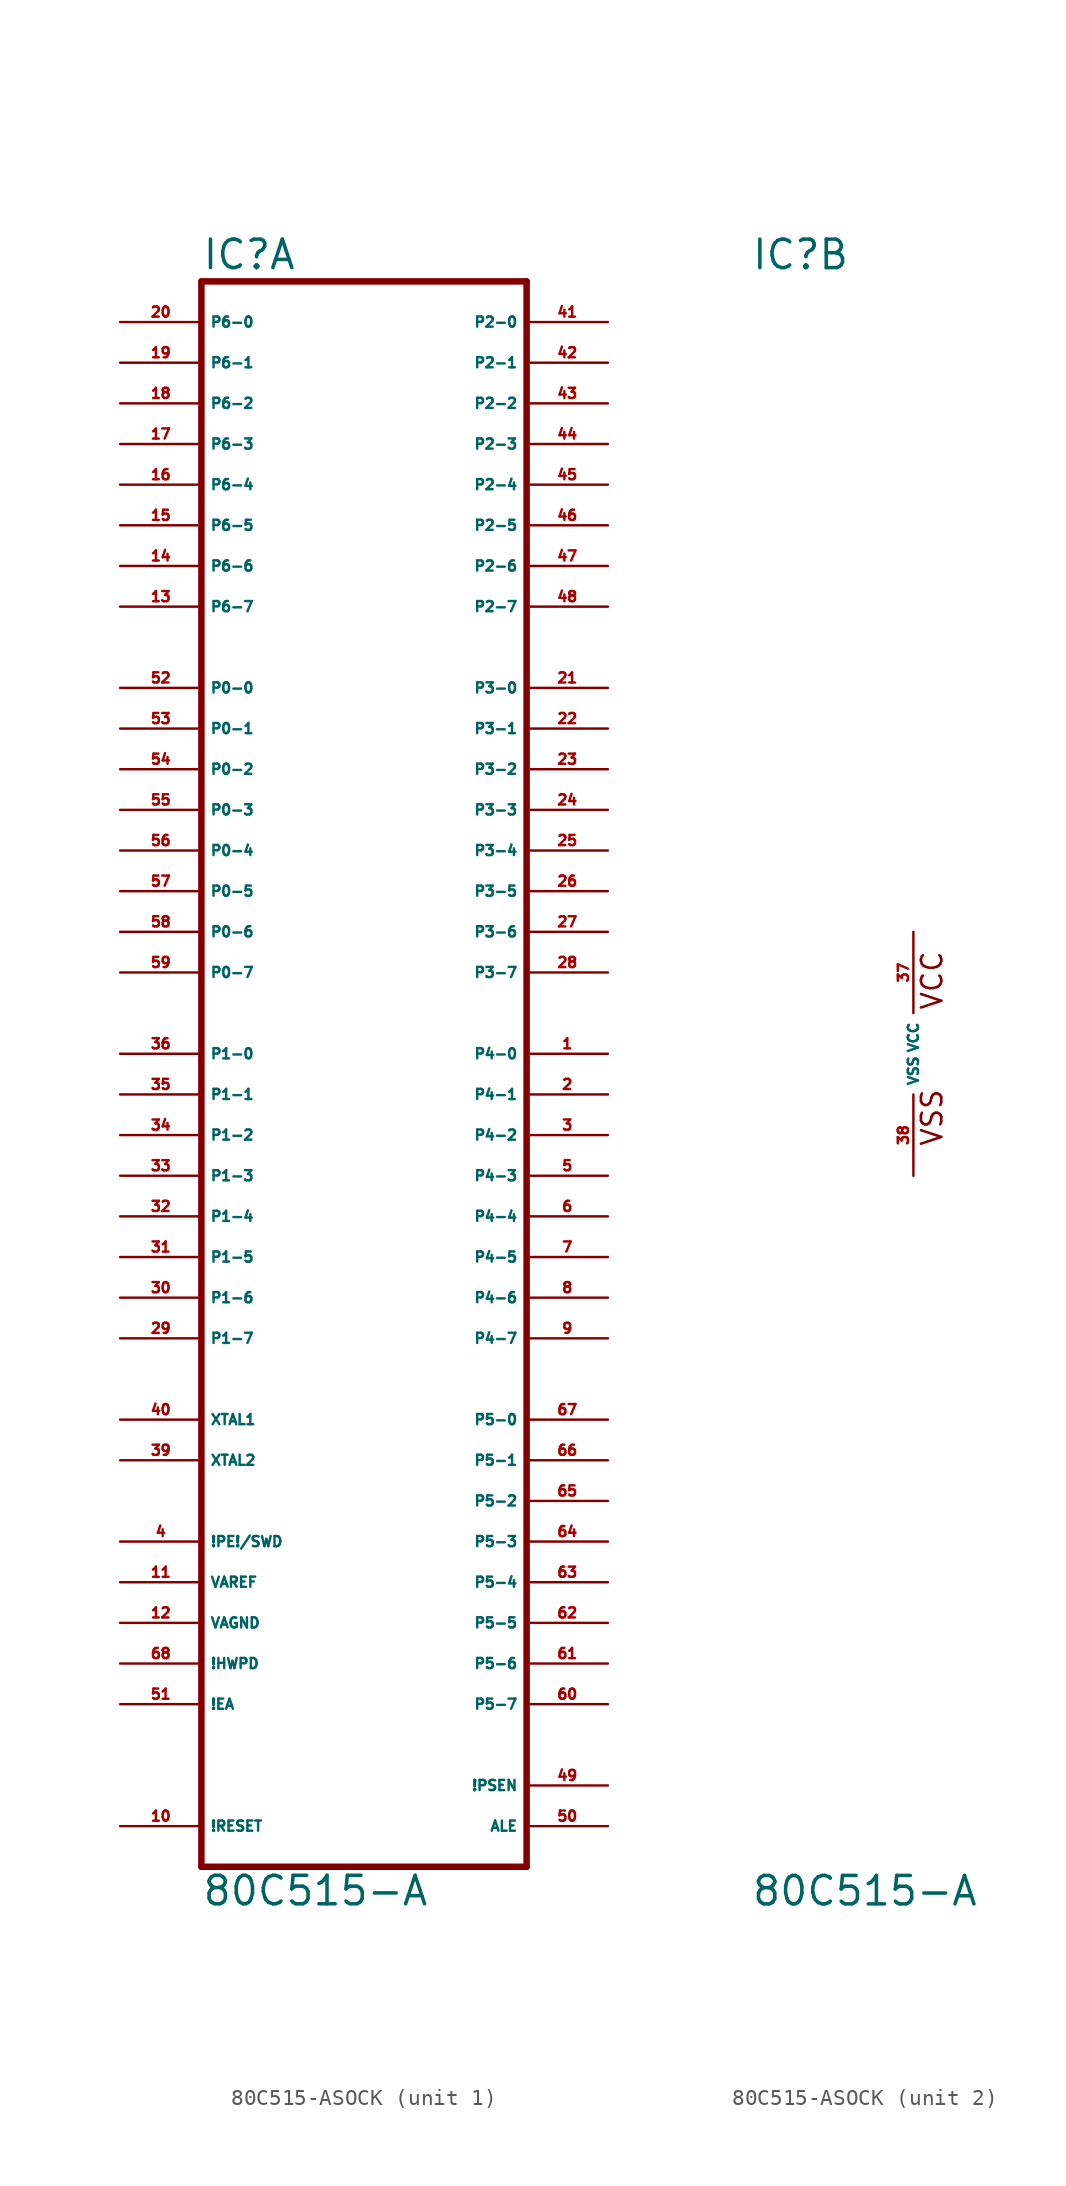
<source format=kicad_sym>
(kicad_symbol_lib
  (version 20220914)
  (generator Eagle2Kicad)
  (symbol "80C515-ASOCK"
    (property "Reference" "IC"
      (at -10.16 48.895 0)
      (effects (font (size 1.778 1.778) (thickness 0.22)) (justify left bottom)))
    (property "Value" "80C515-A"
      (at -10.16 -53.34 0)
      (effects (font (size 1.778 1.778) (thickness 0.22)) (justify left bottom)))
    (symbol "80C515-ASOCK_1_0"
      (polyline (pts (xy -10.16 -50.8) (xy 10.16 -50.8)) (stroke (width 0.406) (type default)) (fill (type none)))
      (polyline (pts (xy 10.16 -50.8) (xy 10.16 48.26)) (stroke (width 0.406) (type default)) (fill (type none)))
      (polyline (pts (xy 10.16 48.26) (xy -10.16 48.26)) (stroke (width 0.406) (type default)) (fill (type none)))
      (polyline (pts (xy -10.16 48.26) (xy -10.16 -50.8)) (stroke (width 0.406) (type default)) (fill (type none)))
      (pin input line (at -15.24 45.72 0) (length 5.08) (name "P6-0" (effects (font (size 0.635 0.635) (thickness 0.08)) (justify left bottom))) (number "20" (effects (font (size 0.635 0.635) (thickness 0.08)) (justify left bottom))))
      (pin input line (at -15.24 43.18 0) (length 5.08) (name "P6-1" (effects (font (size 0.635 0.635) (thickness 0.08)) (justify left bottom))) (number "19" (effects (font (size 0.635 0.635) (thickness 0.08)) (justify left bottom))))
      (pin input line (at -15.24 40.64 0) (length 5.08) (name "P6-2" (effects (font (size 0.635 0.635) (thickness 0.08)) (justify left bottom))) (number "18" (effects (font (size 0.635 0.635) (thickness 0.08)) (justify left bottom))))
      (pin input line (at -15.24 38.1 0) (length 5.08) (name "P6-3" (effects (font (size 0.635 0.635) (thickness 0.08)) (justify left bottom))) (number "17" (effects (font (size 0.635 0.635) (thickness 0.08)) (justify left bottom))))
      (pin input line (at -15.24 35.56 0) (length 5.08) (name "P6-4" (effects (font (size 0.635 0.635) (thickness 0.08)) (justify left bottom))) (number "16" (effects (font (size 0.635 0.635) (thickness 0.08)) (justify left bottom))))
      (pin input line (at -15.24 33.02 0) (length 5.08) (name "P6-5" (effects (font (size 0.635 0.635) (thickness 0.08)) (justify left bottom))) (number "15" (effects (font (size 0.635 0.635) (thickness 0.08)) (justify left bottom))))
      (pin input line (at -15.24 30.48 0) (length 5.08) (name "P6-6" (effects (font (size 0.635 0.635) (thickness 0.08)) (justify left bottom))) (number "14" (effects (font (size 0.635 0.635) (thickness 0.08)) (justify left bottom))))
      (pin input line (at -15.24 27.94 0) (length 5.08) (name "P6-7" (effects (font (size 0.635 0.635) (thickness 0.08)) (justify left bottom))) (number "13" (effects (font (size 0.635 0.635) (thickness 0.08)) (justify left bottom))))
      (pin bidirectional line (at -15.24 22.86 0) (length 5.08) (name "P0-0" (effects (font (size 0.635 0.635) (thickness 0.08)) (justify left bottom))) (number "52" (effects (font (size 0.635 0.635) (thickness 0.08)) (justify left bottom))))
      (pin bidirectional line (at -15.24 20.32 0) (length 5.08) (name "P0-1" (effects (font (size 0.635 0.635) (thickness 0.08)) (justify left bottom))) (number "53" (effects (font (size 0.635 0.635) (thickness 0.08)) (justify left bottom))))
      (pin bidirectional line (at -15.24 17.78 0) (length 5.08) (name "P0-2" (effects (font (size 0.635 0.635) (thickness 0.08)) (justify left bottom))) (number "54" (effects (font (size 0.635 0.635) (thickness 0.08)) (justify left bottom))))
      (pin bidirectional line (at -15.24 15.24 0) (length 5.08) (name "P0-3" (effects (font (size 0.635 0.635) (thickness 0.08)) (justify left bottom))) (number "55" (effects (font (size 0.635 0.635) (thickness 0.08)) (justify left bottom))))
      (pin bidirectional line (at -15.24 12.7 0) (length 5.08) (name "P0-4" (effects (font (size 0.635 0.635) (thickness 0.08)) (justify left bottom))) (number "56" (effects (font (size 0.635 0.635) (thickness 0.08)) (justify left bottom))))
      (pin bidirectional line (at -15.24 10.16 0) (length 5.08) (name "P0-5" (effects (font (size 0.635 0.635) (thickness 0.08)) (justify left bottom))) (number "57" (effects (font (size 0.635 0.635) (thickness 0.08)) (justify left bottom))))
      (pin bidirectional line (at -15.24 7.62 0) (length 5.08) (name "P0-6" (effects (font (size 0.635 0.635) (thickness 0.08)) (justify left bottom))) (number "58" (effects (font (size 0.635 0.635) (thickness 0.08)) (justify left bottom))))
      (pin bidirectional line (at -15.24 5.08 0) (length 5.08) (name "P0-7" (effects (font (size 0.635 0.635) (thickness 0.08)) (justify left bottom))) (number "59" (effects (font (size 0.635 0.635) (thickness 0.08)) (justify left bottom))))
      (pin bidirectional line (at -15.24 0 0) (length 5.08) (name "P1-0" (effects (font (size 0.635 0.635) (thickness 0.08)) (justify left bottom))) (number "36" (effects (font (size 0.635 0.635) (thickness 0.08)) (justify left bottom))))
      (pin bidirectional line (at -15.24 -2.54 0) (length 5.08) (name "P1-1" (effects (font (size 0.635 0.635) (thickness 0.08)) (justify left bottom))) (number "35" (effects (font (size 0.635 0.635) (thickness 0.08)) (justify left bottom))))
      (pin bidirectional line (at -15.24 -5.08 0) (length 5.08) (name "P1-2" (effects (font (size 0.635 0.635) (thickness 0.08)) (justify left bottom))) (number "34" (effects (font (size 0.635 0.635) (thickness 0.08)) (justify left bottom))))
      (pin bidirectional line (at -15.24 -7.62 0) (length 5.08) (name "P1-3" (effects (font (size 0.635 0.635) (thickness 0.08)) (justify left bottom))) (number "33" (effects (font (size 0.635 0.635) (thickness 0.08)) (justify left bottom))))
      (pin bidirectional line (at -15.24 -10.16 0) (length 5.08) (name "P1-4" (effects (font (size 0.635 0.635) (thickness 0.08)) (justify left bottom))) (number "32" (effects (font (size 0.635 0.635) (thickness 0.08)) (justify left bottom))))
      (pin bidirectional line (at -15.24 -12.7 0) (length 5.08) (name "P1-5" (effects (font (size 0.635 0.635) (thickness 0.08)) (justify left bottom))) (number "31" (effects (font (size 0.635 0.635) (thickness 0.08)) (justify left bottom))))
      (pin bidirectional line (at -15.24 -15.24 0) (length 5.08) (name "P1-6" (effects (font (size 0.635 0.635) (thickness 0.08)) (justify left bottom))) (number "30" (effects (font (size 0.635 0.635) (thickness 0.08)) (justify left bottom))))
      (pin bidirectional line (at -15.24 -17.78 0) (length 5.08) (name "P1-7" (effects (font (size 0.635 0.635) (thickness 0.08)) (justify left bottom))) (number "29" (effects (font (size 0.635 0.635) (thickness 0.08)) (justify left bottom))))
      (pin bidirectional line (at 15.24 45.72 180) (length 5.08) (name "P2-0" (effects (font (size 0.635 0.635) (thickness 0.08)) (justify left bottom))) (number "41" (effects (font (size 0.635 0.635) (thickness 0.08)) (justify left bottom))))
      (pin bidirectional line (at 15.24 43.18 180) (length 5.08) (name "P2-1" (effects (font (size 0.635 0.635) (thickness 0.08)) (justify left bottom))) (number "42" (effects (font (size 0.635 0.635) (thickness 0.08)) (justify left bottom))))
      (pin bidirectional line (at 15.24 40.64 180) (length 5.08) (name "P2-2" (effects (font (size 0.635 0.635) (thickness 0.08)) (justify left bottom))) (number "43" (effects (font (size 0.635 0.635) (thickness 0.08)) (justify left bottom))))
      (pin bidirectional line (at 15.24 38.1 180) (length 5.08) (name "P2-3" (effects (font (size 0.635 0.635) (thickness 0.08)) (justify left bottom))) (number "44" (effects (font (size 0.635 0.635) (thickness 0.08)) (justify left bottom))))
      (pin bidirectional line (at 15.24 35.56 180) (length 5.08) (name "P2-4" (effects (font (size 0.635 0.635) (thickness 0.08)) (justify left bottom))) (number "45" (effects (font (size 0.635 0.635) (thickness 0.08)) (justify left bottom))))
      (pin bidirectional line (at 15.24 33.02 180) (length 5.08) (name "P2-5" (effects (font (size 0.635 0.635) (thickness 0.08)) (justify left bottom))) (number "46" (effects (font (size 0.635 0.635) (thickness 0.08)) (justify left bottom))))
      (pin bidirectional line (at 15.24 30.48 180) (length 5.08) (name "P2-6" (effects (font (size 0.635 0.635) (thickness 0.08)) (justify left bottom))) (number "47" (effects (font (size 0.635 0.635) (thickness 0.08)) (justify left bottom))))
      (pin bidirectional line (at 15.24 27.94 180) (length 5.08) (name "P2-7" (effects (font (size 0.635 0.635) (thickness 0.08)) (justify left bottom))) (number "48" (effects (font (size 0.635 0.635) (thickness 0.08)) (justify left bottom))))
      (pin bidirectional line (at 15.24 22.86 180) (length 5.08) (name "P3-0" (effects (font (size 0.635 0.635) (thickness 0.08)) (justify left bottom))) (number "21" (effects (font (size 0.635 0.635) (thickness 0.08)) (justify left bottom))))
      (pin bidirectional line (at 15.24 20.32 180) (length 5.08) (name "P3-1" (effects (font (size 0.635 0.635) (thickness 0.08)) (justify left bottom))) (number "22" (effects (font (size 0.635 0.635) (thickness 0.08)) (justify left bottom))))
      (pin bidirectional line (at 15.24 17.78 180) (length 5.08) (name "P3-2" (effects (font (size 0.635 0.635) (thickness 0.08)) (justify left bottom))) (number "23" (effects (font (size 0.635 0.635) (thickness 0.08)) (justify left bottom))))
      (pin bidirectional line (at 15.24 15.24 180) (length 5.08) (name "P3-3" (effects (font (size 0.635 0.635) (thickness 0.08)) (justify left bottom))) (number "24" (effects (font (size 0.635 0.635) (thickness 0.08)) (justify left bottom))))
      (pin bidirectional line (at 15.24 12.7 180) (length 5.08) (name "P3-4" (effects (font (size 0.635 0.635) (thickness 0.08)) (justify left bottom))) (number "25" (effects (font (size 0.635 0.635) (thickness 0.08)) (justify left bottom))))
      (pin bidirectional line (at 15.24 10.16 180) (length 5.08) (name "P3-5" (effects (font (size 0.635 0.635) (thickness 0.08)) (justify left bottom))) (number "26" (effects (font (size 0.635 0.635) (thickness 0.08)) (justify left bottom))))
      (pin bidirectional line (at 15.24 7.62 180) (length 5.08) (name "P3-6" (effects (font (size 0.635 0.635) (thickness 0.08)) (justify left bottom))) (number "27" (effects (font (size 0.635 0.635) (thickness 0.08)) (justify left bottom))))
      (pin bidirectional line (at 15.24 5.08 180) (length 5.08) (name "P3-7" (effects (font (size 0.635 0.635) (thickness 0.08)) (justify left bottom))) (number "28" (effects (font (size 0.635 0.635) (thickness 0.08)) (justify left bottom))))
      (pin bidirectional line (at 15.24 0 180) (length 5.08) (name "P4-0" (effects (font (size 0.635 0.635) (thickness 0.08)) (justify left bottom))) (number "1" (effects (font (size 0.635 0.635) (thickness 0.08)) (justify left bottom))))
      (pin bidirectional line (at 15.24 -2.54 180) (length 5.08) (name "P4-1" (effects (font (size 0.635 0.635) (thickness 0.08)) (justify left bottom))) (number "2" (effects (font (size 0.635 0.635) (thickness 0.08)) (justify left bottom))))
      (pin bidirectional line (at 15.24 -5.08 180) (length 5.08) (name "P4-2" (effects (font (size 0.635 0.635) (thickness 0.08)) (justify left bottom))) (number "3" (effects (font (size 0.635 0.635) (thickness 0.08)) (justify left bottom))))
      (pin bidirectional line (at 15.24 -7.62 180) (length 5.08) (name "P4-3" (effects (font (size 0.635 0.635) (thickness 0.08)) (justify left bottom))) (number "5" (effects (font (size 0.635 0.635) (thickness 0.08)) (justify left bottom))))
      (pin bidirectional line (at 15.24 -10.16 180) (length 5.08) (name "P4-4" (effects (font (size 0.635 0.635) (thickness 0.08)) (justify left bottom))) (number "6" (effects (font (size 0.635 0.635) (thickness 0.08)) (justify left bottom))))
      (pin bidirectional line (at 15.24 -12.7 180) (length 5.08) (name "P4-5" (effects (font (size 0.635 0.635) (thickness 0.08)) (justify left bottom))) (number "7" (effects (font (size 0.635 0.635) (thickness 0.08)) (justify left bottom))))
      (pin bidirectional line (at 15.24 -15.24 180) (length 5.08) (name "P4-6" (effects (font (size 0.635 0.635) (thickness 0.08)) (justify left bottom))) (number "8" (effects (font (size 0.635 0.635) (thickness 0.08)) (justify left bottom))))
      (pin bidirectional line (at 15.24 -17.78 180) (length 5.08) (name "P4-7" (effects (font (size 0.635 0.635) (thickness 0.08)) (justify left bottom))) (number "9" (effects (font (size 0.635 0.635) (thickness 0.08)) (justify left bottom))))
      (pin bidirectional line (at 15.24 -22.86 180) (length 5.08) (name "P5-0" (effects (font (size 0.635 0.635) (thickness 0.08)) (justify left bottom))) (number "67" (effects (font (size 0.635 0.635) (thickness 0.08)) (justify left bottom))))
      (pin bidirectional line (at 15.24 -25.4 180) (length 5.08) (name "P5-1" (effects (font (size 0.635 0.635) (thickness 0.08)) (justify left bottom))) (number "66" (effects (font (size 0.635 0.635) (thickness 0.08)) (justify left bottom))))
      (pin bidirectional line (at 15.24 -27.94 180) (length 5.08) (name "P5-2" (effects (font (size 0.635 0.635) (thickness 0.08)) (justify left bottom))) (number "65" (effects (font (size 0.635 0.635) (thickness 0.08)) (justify left bottom))))
      (pin bidirectional line (at 15.24 -30.48 180) (length 5.08) (name "P5-3" (effects (font (size 0.635 0.635) (thickness 0.08)) (justify left bottom))) (number "64" (effects (font (size 0.635 0.635) (thickness 0.08)) (justify left bottom))))
      (pin bidirectional line (at 15.24 -33.02 180) (length 5.08) (name "P5-4" (effects (font (size 0.635 0.635) (thickness 0.08)) (justify left bottom))) (number "63" (effects (font (size 0.635 0.635) (thickness 0.08)) (justify left bottom))))
      (pin bidirectional line (at 15.24 -35.56 180) (length 5.08) (name "P5-5" (effects (font (size 0.635 0.635) (thickness 0.08)) (justify left bottom))) (number "62" (effects (font (size 0.635 0.635) (thickness 0.08)) (justify left bottom))))
      (pin bidirectional line (at 15.24 -38.1 180) (length 5.08) (name "P5-6" (effects (font (size 0.635 0.635) (thickness 0.08)) (justify left bottom))) (number "61" (effects (font (size 0.635 0.635) (thickness 0.08)) (justify left bottom))))
      (pin bidirectional line (at 15.24 -40.64 180) (length 5.08) (name "P5-7" (effects (font (size 0.635 0.635) (thickness 0.08)) (justify left bottom))) (number "60" (effects (font (size 0.635 0.635) (thickness 0.08)) (justify left bottom))))
      (pin input line (at -15.24 -30.48 0) (length 5.08) (name "!PE!/SWD" (effects (font (size 0.635 0.635) (thickness 0.08)) (justify left bottom))) (number "4" (effects (font (size 0.635 0.635) (thickness 0.08)) (justify left bottom))))
      (pin input line (at -15.24 -48.26 0) (length 5.08) (name "!RESET" (effects (font (size 0.635 0.635) (thickness 0.08)) (justify left bottom))) (number "10" (effects (font (size 0.635 0.635) (thickness 0.08)) (justify left bottom))))
      (pin input line (at -15.24 -35.56 0) (length 5.08) (name "VAGND" (effects (font (size 0.635 0.635) (thickness 0.08)) (justify left bottom))) (number "12" (effects (font (size 0.635 0.635) (thickness 0.08)) (justify left bottom))))
      (pin input line (at -15.24 -33.02 0) (length 5.08) (name "VAREF" (effects (font (size 0.635 0.635) (thickness 0.08)) (justify left bottom))) (number "11" (effects (font (size 0.635 0.635) (thickness 0.08)) (justify left bottom))))
      (pin passive line (at -15.24 -22.86 0) (length 5.08) (name "XTAL1" (effects (font (size 0.635 0.635) (thickness 0.08)) (justify left bottom))) (number "40" (effects (font (size 0.635 0.635) (thickness 0.08)) (justify left bottom))))
      (pin passive line (at -15.24 -25.4 0) (length 5.08) (name "XTAL2" (effects (font (size 0.635 0.635) (thickness 0.08)) (justify left bottom))) (number "39" (effects (font (size 0.635 0.635) (thickness 0.08)) (justify left bottom))))
      (pin passive line (at -15.24 -38.1 0) (length 5.08) (name "!HWPD" (effects (font (size 0.635 0.635) (thickness 0.08)) (justify left bottom))) (number "68" (effects (font (size 0.635 0.635) (thickness 0.08)) (justify left bottom))))
      (pin input line (at -15.24 -40.64 0) (length 5.08) (name "!EA" (effects (font (size 0.635 0.635) (thickness 0.08)) (justify left bottom))) (number "51" (effects (font (size 0.635 0.635) (thickness 0.08)) (justify left bottom))))
      (pin output line (at 15.24 -45.72 180) (length 5.08) (name "!PSEN" (effects (font (size 0.635 0.635) (thickness 0.08)) (justify left bottom))) (number "49" (effects (font (size 0.635 0.635) (thickness 0.08)) (justify left bottom))))
      (pin output line (at 15.24 -48.26 180) (length 5.08) (name "ALE" (effects (font (size 0.635 0.635) (thickness 0.08)) (justify left bottom))) (number "50" (effects (font (size 0.635 0.635) (thickness 0.08)) (justify left bottom)))))
    (symbol "80C515-ASOCK_2_0"
      (text "VSS" (at 1.905 -5.842 900) (effects (font (size 1.27 1.27) (thickness 0.16)) (justify left bottom)))
      (text "VCC" (at 1.905 2.667 900) (effects (font (size 1.27 1.27) (thickness 0.16)) (justify left bottom)))
      (pin unspecified line (at 0 7.62 270) (length 5.08) (name "VCC" (effects (font (size 0.635 0.635) (thickness 0.08)) (justify left bottom))) (number "37" (effects (font (size 0.635 0.635) (thickness 0.08)) (justify left bottom))))
      (pin unspecified line (at 0 -7.62 90) (length 5.08) (name "VSS" (effects (font (size 0.635 0.635) (thickness 0.08)) (justify left bottom))) (number "38" (effects (font (size 0.635 0.635) (thickness 0.08)) (justify left bottom)))))))
</source>
